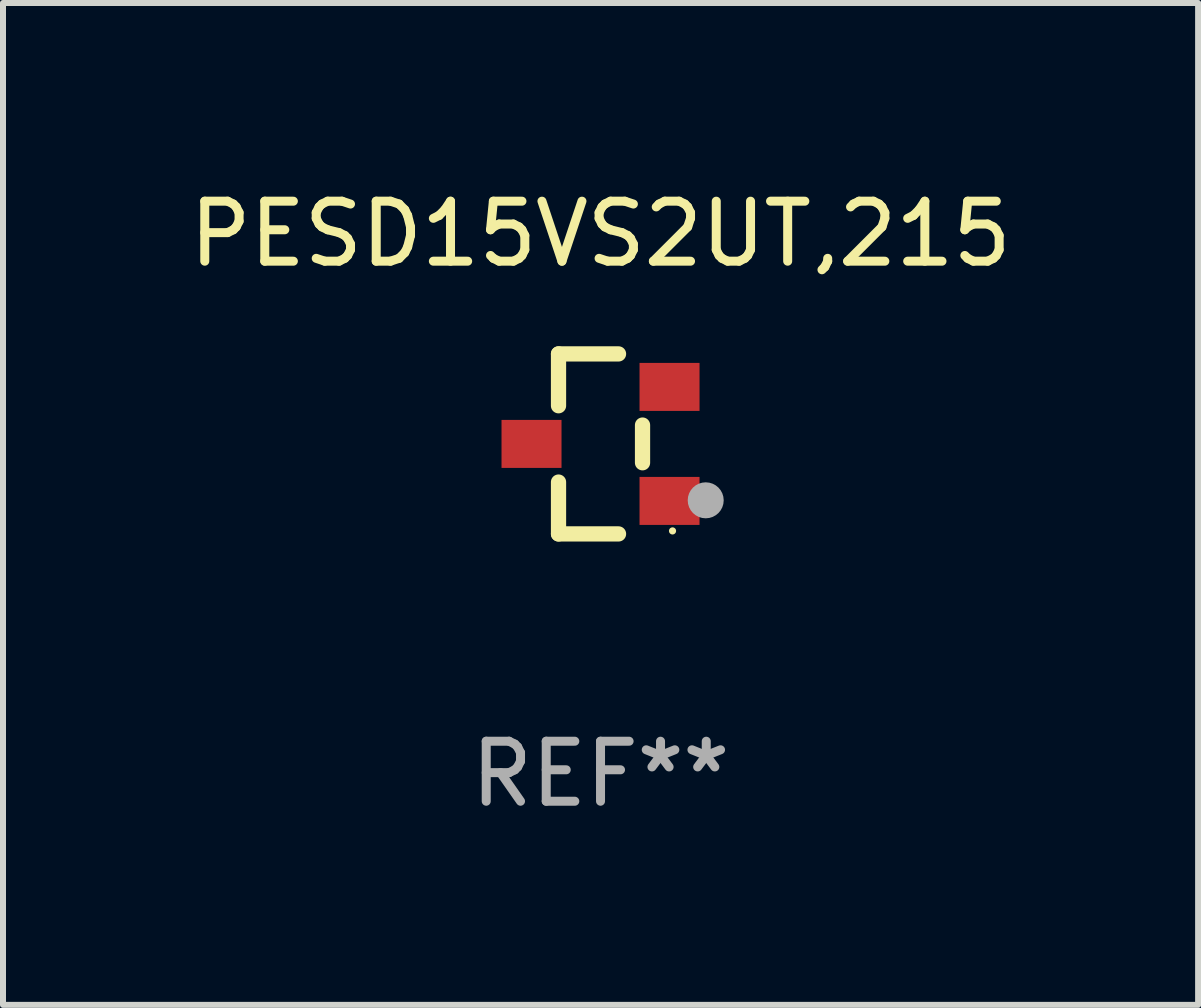
<source format=kicad_pcb>
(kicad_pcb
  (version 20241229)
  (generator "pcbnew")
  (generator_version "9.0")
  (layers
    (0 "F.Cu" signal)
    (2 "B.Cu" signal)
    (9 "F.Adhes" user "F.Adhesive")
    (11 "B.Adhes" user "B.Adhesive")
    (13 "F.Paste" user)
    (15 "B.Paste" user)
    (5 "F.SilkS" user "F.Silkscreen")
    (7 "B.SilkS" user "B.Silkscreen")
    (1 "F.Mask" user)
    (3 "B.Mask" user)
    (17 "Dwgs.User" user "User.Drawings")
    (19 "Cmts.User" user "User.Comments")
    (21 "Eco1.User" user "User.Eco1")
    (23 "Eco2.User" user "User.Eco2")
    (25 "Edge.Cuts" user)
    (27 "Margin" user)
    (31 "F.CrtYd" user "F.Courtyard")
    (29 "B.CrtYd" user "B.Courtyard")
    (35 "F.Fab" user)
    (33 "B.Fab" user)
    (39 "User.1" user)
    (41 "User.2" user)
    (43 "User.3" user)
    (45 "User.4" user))
  (footprint "PESD15VS2UT,215"
    (layer "F.Cu")
    (at 6.958 4.348)
    (property "Reference" "PESD15VS2UT,215" (at 0 -3.5 0) (layer "F.SilkS") (effects (font (size 1 1) (thickness 0.15))))
    (attr through_hole)
    (fp_line (start -0.7 -1.5) (end 0.3 -1.5) (stroke (width 0.254) (type solid)) (layer "F.SilkS"))
    (fp_line (start -0.7 -0.636) (end -0.7 -1.5) (stroke (width 0.254) (type solid)) (layer "F.SilkS"))
    (fp_line (start -0.7 1.5) (end -0.7 0.636) (stroke (width 0.254) (type solid)) (layer "F.SilkS"))
    (fp_line (start -0.7 1.5) (end 0.3 1.5) (stroke (width 0.254) (type solid)) (layer "F.SilkS"))
    (fp_line (start 0.7 0.314) (end 0.7 -0.314) (stroke (width 0.254) (type solid)) (layer "F.SilkS"))
    (fp_circle (center 1.2 1.45) (end 1.23 1.45) (stroke (width 0.06) (type solid)) (fill no) (layer "F.SilkS"))
    (fp_circle (center 1.753 0.94) (end 1.903 0.94) (stroke (width 0.3) (type solid)) (fill no) (layer "F.Fab"))
    (fp_text user "REF**" (at 0 5.5 0) (layer "F.Fab") (effects (font (size 1 1) (thickness 0.15))))
    (pad "1" smd rect (at 1.15 0.95 180) (size 1 0.8) (layers "F.Cu" "F.Mask" "F.Paste"))
    (pad "2" smd rect (at 1.15 -0.95 180) (size 1 0.8) (layers "F.Cu" "F.Mask" "F.Paste"))
    (pad "3" smd rect (at -1.15 -0.000051 180) (size 1 0.8) (layers "F.Cu" "F.Mask" "F.Paste")))
  (gr_rect
    (start -3 -3)
    (end 16.917 13.697)
    (stroke (width 0.1) (type default))
    (fill no)
    (layer "Edge.Cuts")))
</source>
